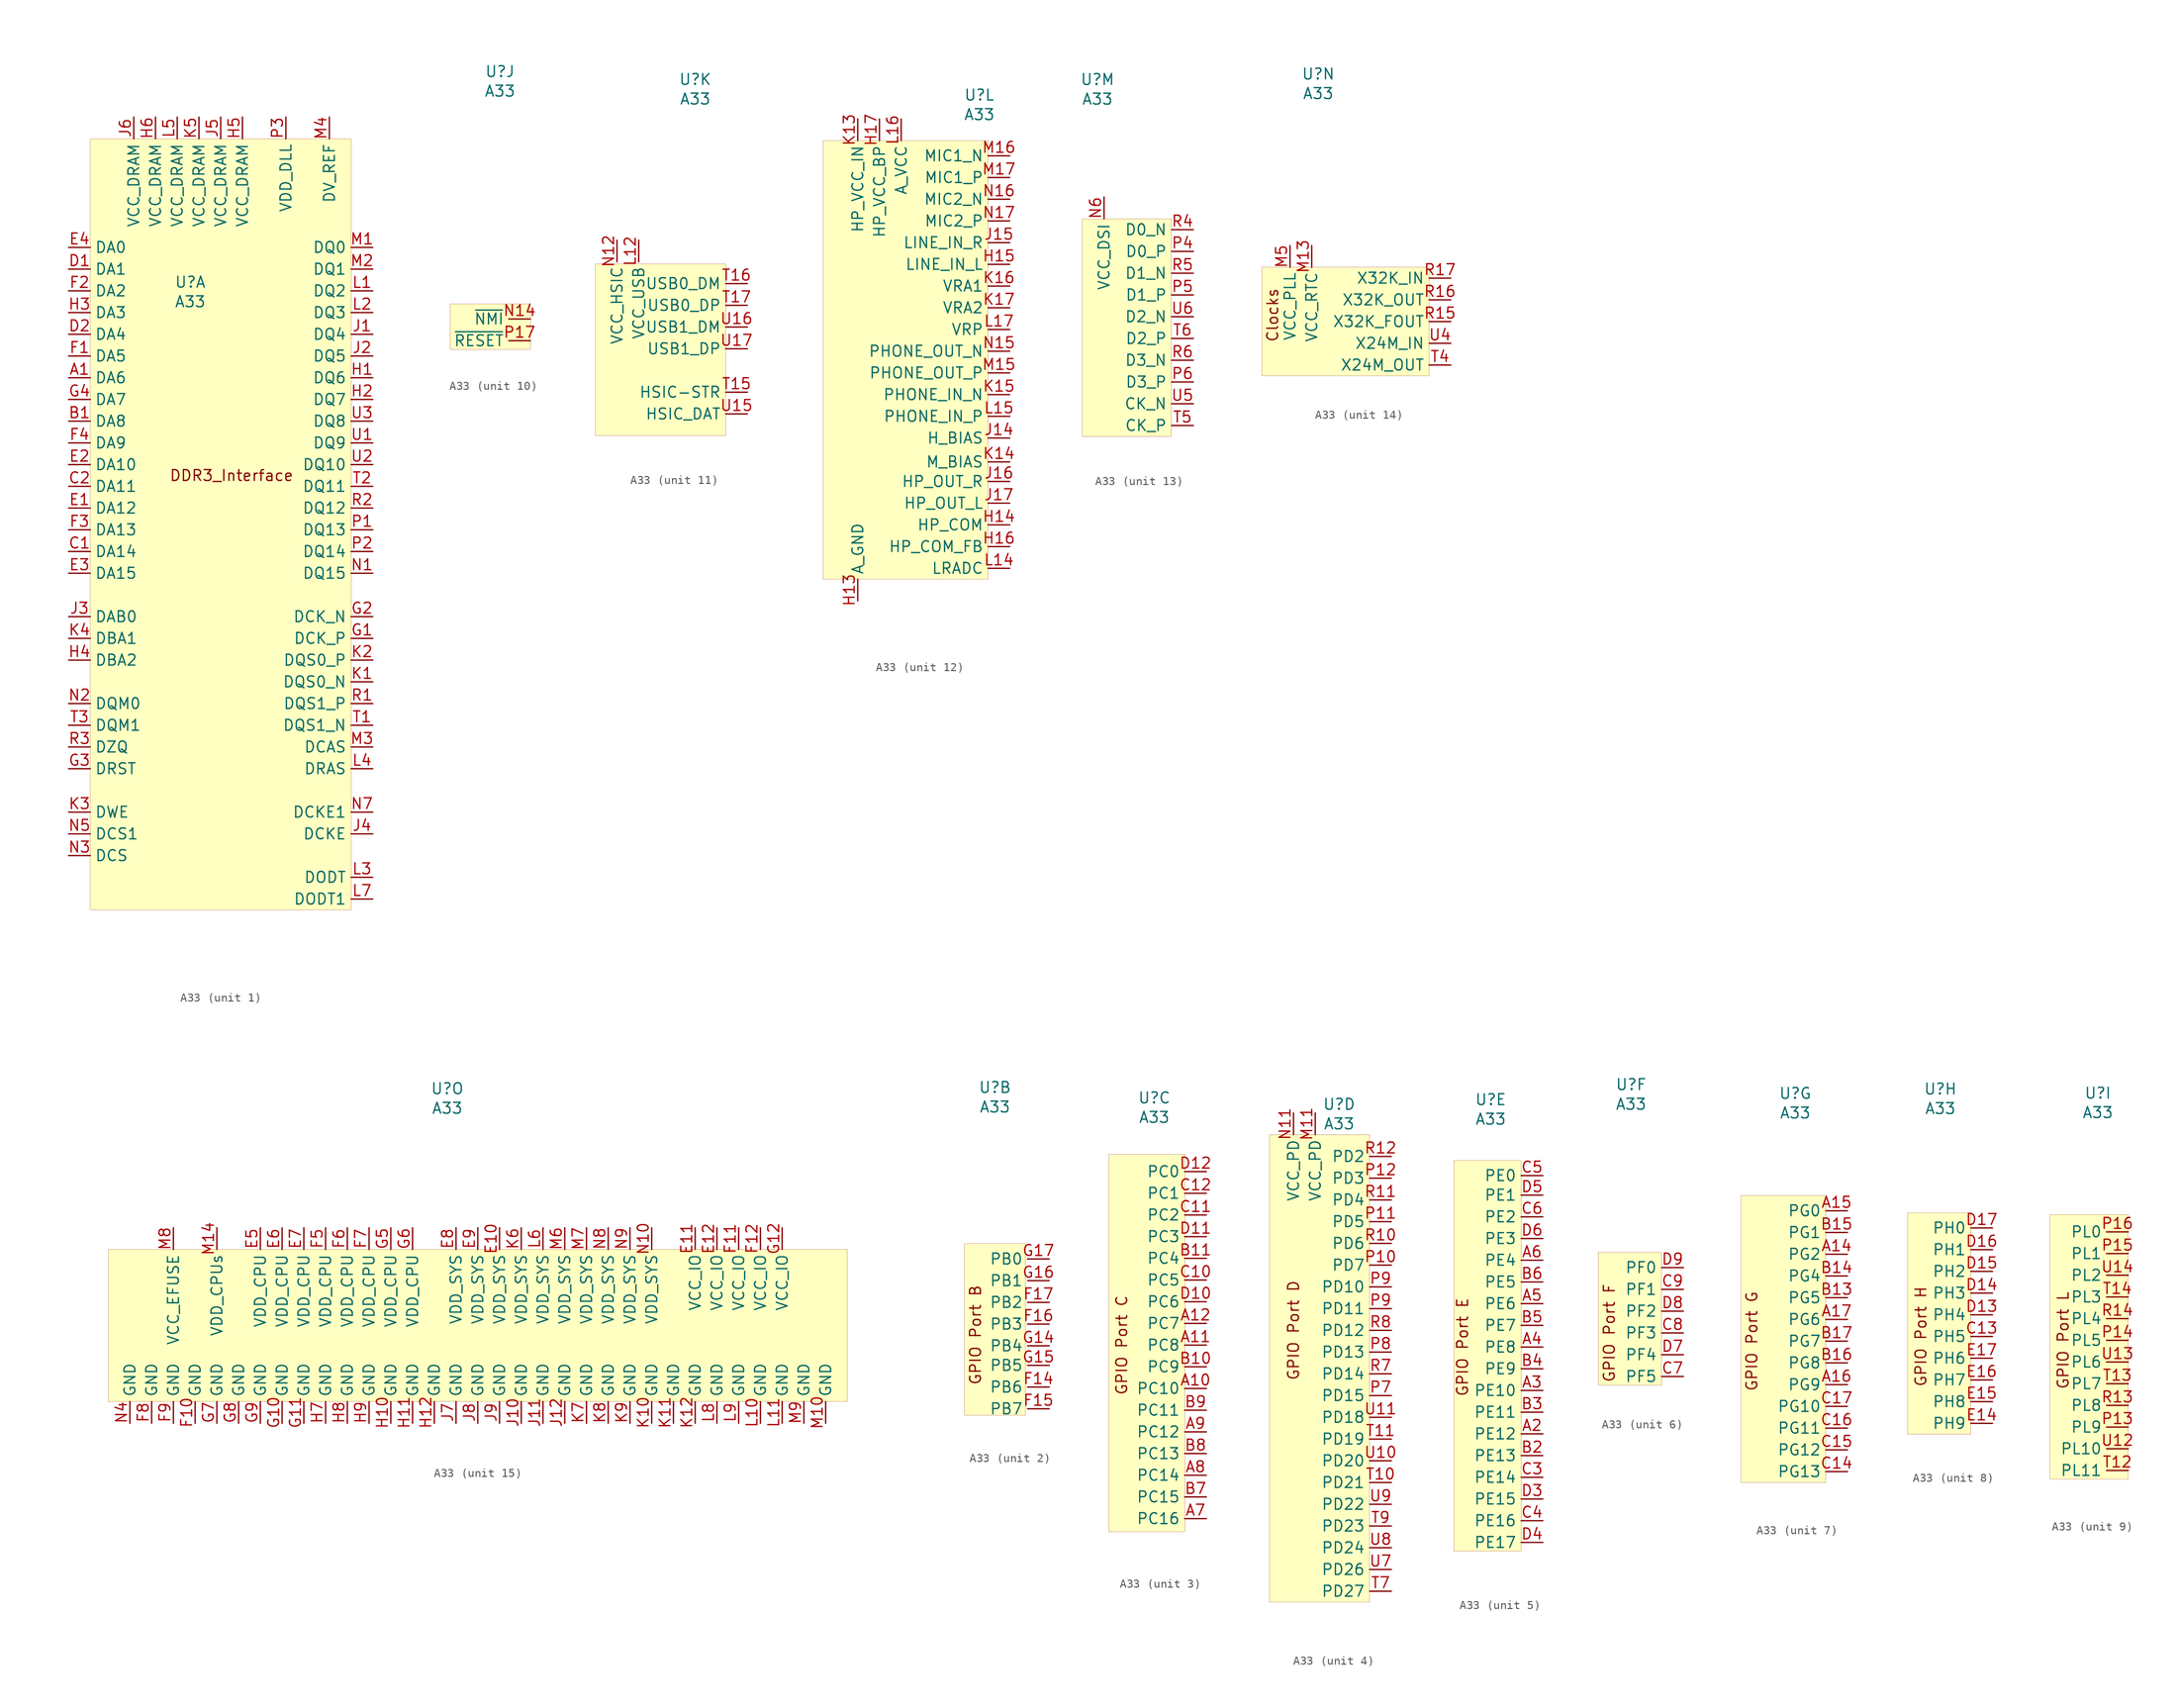
<source format=kicad_sym>
(kicad_symbol_lib
  (version 20210619)
  (generator kicad_symbol_editor)
  (symbol "Maxted Libs:A33"
    (property "Reference" "U"
      (at -3.556 28.956 0)
      (effects (font (size 1.27 1.27))))
    (property "Value" "A33"
      (at -3.556 26.67 0)
      (effects (font (size 1.27 1.27))))
    (property "ki_locked" ""
      (at 0 0 0)
      (effects (font (size 1.27 1.27))))
    (symbol "A33_1_0"
      (text "DDR3_Interface" (at 1.27 6.35 0) (effects (font (size 1.27 1.27))))
      (pin output line (at -17.78 17.78 0) (length 2.54) (name "DA6" (effects (font (size 1.27 1.27)))) (number "A1" (effects (font (size 1.27 1.27)))))
      (pin output line (at -17.78 12.7 0) (length 2.54) (name "DA8" (effects (font (size 1.27 1.27)))) (number "B1" (effects (font (size 1.27 1.27)))))
      (pin output line (at -17.78 -2.54 0) (length 2.54) (name "DA14" (effects (font (size 1.27 1.27)))) (number "C1" (effects (font (size 1.27 1.27)))))
      (pin output line (at -17.78 5.08 0) (length 2.54) (name "DA11" (effects (font (size 1.27 1.27)))) (number "C2" (effects (font (size 1.27 1.27)))))
      (pin output line (at -17.78 30.48 0) (length 2.54) (name "DA1" (effects (font (size 1.27 1.27)))) (number "D1" (effects (font (size 1.27 1.27)))))
      (pin output line (at -17.78 22.86 0) (length 2.54) (name "DA4" (effects (font (size 1.27 1.27)))) (number "D2" (effects (font (size 1.27 1.27)))))
      (pin output line (at -17.78 2.54 0) (length 2.54) (name "DA12" (effects (font (size 1.27 1.27)))) (number "E1" (effects (font (size 1.27 1.27)))))
      (pin output line (at -17.78 7.62 0) (length 2.54) (name "DA10" (effects (font (size 1.27 1.27)))) (number "E2" (effects (font (size 1.27 1.27)))))
      (pin output line (at -17.78 -5.08 0) (length 2.54) (name "DA15" (effects (font (size 1.27 1.27)))) (number "E3" (effects (font (size 1.27 1.27)))))
      (pin output line (at -17.78 33.02 0) (length 2.54) (name "DA0" (effects (font (size 1.27 1.27)))) (number "E4" (effects (font (size 1.27 1.27)))))
      (pin output line (at -17.78 20.32 0) (length 2.54) (name "DA5" (effects (font (size 1.27 1.27)))) (number "F1" (effects (font (size 1.27 1.27)))))
      (pin output line (at -17.78 27.94 0) (length 2.54) (name "DA2" (effects (font (size 1.27 1.27)))) (number "F2" (effects (font (size 1.27 1.27)))))
      (pin output line (at -17.78 0 0) (length 2.54) (name "DA13" (effects (font (size 1.27 1.27)))) (number "F3" (effects (font (size 1.27 1.27)))))
      (pin output line (at -17.78 10.16 0) (length 2.54) (name "DA9" (effects (font (size 1.27 1.27)))) (number "F4" (effects (font (size 1.27 1.27)))))
      (pin output line (at 17.78 -12.7 180) (length 2.54) (name "DCK_P" (effects (font (size 1.27 1.27)))) (number "G1" (effects (font (size 1.27 1.27)))))
      (pin output line (at 17.78 -10.16 180) (length 2.54) (name "DCK_N" (effects (font (size 1.27 1.27)))) (number "G2" (effects (font (size 1.27 1.27)))))
      (pin output line (at -17.78 -27.94 0) (length 2.54) (name "DRST" (effects (font (size 1.27 1.27)))) (number "G3" (effects (font (size 1.27 1.27)))))
      (pin output line (at -17.78 15.24 0) (length 2.54) (name "DA7" (effects (font (size 1.27 1.27)))) (number "G4" (effects (font (size 1.27 1.27)))))
      (pin bidirectional line (at 17.78 17.78 180) (length 2.54) (name "DQ6" (effects (font (size 1.27 1.27)))) (number "H1" (effects (font (size 1.27 1.27)))))
      (pin bidirectional line (at 17.78 15.24 180) (length 2.54) (name "DQ7" (effects (font (size 1.27 1.27)))) (number "H2" (effects (font (size 1.27 1.27)))))
      (pin output line (at -17.78 25.4 0) (length 2.54) (name "DA3" (effects (font (size 1.27 1.27)))) (number "H3" (effects (font (size 1.27 1.27)))))
      (pin output line (at -17.78 -15.24 0) (length 2.54) (name "DBA2" (effects (font (size 1.27 1.27)))) (number "H4" (effects (font (size 1.27 1.27)))))
      (pin power_in line (at 2.54 48.26 270) (length 2.54) (name "VCC_DRAM" (effects (font (size 1.27 1.27)))) (number "H5" (effects (font (size 1.27 1.27)))))
      (pin power_in line (at -7.62 48.26 270) (length 2.54) (name "VCC_DRAM" (effects (font (size 1.27 1.27)))) (number "H6" (effects (font (size 1.27 1.27)))))
      (pin bidirectional line (at 17.78 22.86 180) (length 2.54) (name "DQ4" (effects (font (size 1.27 1.27)))) (number "J1" (effects (font (size 1.27 1.27)))))
      (pin bidirectional line (at 17.78 20.32 180) (length 2.54) (name "DQ5" (effects (font (size 1.27 1.27)))) (number "J2" (effects (font (size 1.27 1.27)))))
      (pin output line (at -17.78 -10.16 0) (length 2.54) (name "DAB0" (effects (font (size 1.27 1.27)))) (number "J3" (effects (font (size 1.27 1.27)))))
      (pin output line (at 17.78 -35.56 180) (length 2.54) (name "DCKE" (effects (font (size 1.27 1.27)))) (number "J4" (effects (font (size 1.27 1.27)))))
      (pin power_in line (at 0 48.26 270) (length 2.54) (name "VCC_DRAM" (effects (font (size 1.27 1.27)))) (number "J5" (effects (font (size 1.27 1.27)))))
      (pin power_in line (at -10.16 48.26 270) (length 2.54) (name "VCC_DRAM" (effects (font (size 1.27 1.27)))) (number "J6" (effects (font (size 1.27 1.27)))))
      (pin bidirectional line (at 17.78 -17.78 180) (length 2.54) (name "DQS0_N" (effects (font (size 1.27 1.27)))) (number "K1" (effects (font (size 1.27 1.27)))))
      (pin bidirectional line (at 17.78 -15.24 180) (length 2.54) (name "DQS0_P" (effects (font (size 1.27 1.27)))) (number "K2" (effects (font (size 1.27 1.27)))))
      (pin bidirectional line (at -17.78 -33.02 0) (length 2.54) (name "DWE" (effects (font (size 1.27 1.27)))) (number "K3" (effects (font (size 1.27 1.27)))))
      (pin output line (at -17.78 -12.7 0) (length 2.54) (name "DBA1" (effects (font (size 1.27 1.27)))) (number "K4" (effects (font (size 1.27 1.27)))))
      (pin power_in line (at -2.54 48.26 270) (length 2.54) (name "VCC_DRAM" (effects (font (size 1.27 1.27)))) (number "K5" (effects (font (size 1.27 1.27)))))
      (pin bidirectional line (at 17.78 27.94 180) (length 2.54) (name "DQ2" (effects (font (size 1.27 1.27)))) (number "L1" (effects (font (size 1.27 1.27)))))
      (pin bidirectional line (at 17.78 25.4 180) (length 2.54) (name "DQ3" (effects (font (size 1.27 1.27)))) (number "L2" (effects (font (size 1.27 1.27)))))
      (pin output line (at 17.78 -40.64 180) (length 2.54) (name "DODT" (effects (font (size 1.27 1.27)))) (number "L3" (effects (font (size 1.27 1.27)))))
      (pin output line (at 17.78 -27.94 180) (length 2.54) (name "DRAS" (effects (font (size 1.27 1.27)))) (number "L4" (effects (font (size 1.27 1.27)))))
      (pin power_in line (at -5.08 48.26 270) (length 2.54) (name "VCC_DRAM" (effects (font (size 1.27 1.27)))) (number "L5" (effects (font (size 1.27 1.27)))))
      (pin output line (at 17.78 -43.18 180) (length 2.54) (name "DODT1" (effects (font (size 1.27 1.27)))) (number "L7" (effects (font (size 1.27 1.27)))))
      (pin bidirectional line (at 17.78 33.02 180) (length 2.54) (name "DQ0" (effects (font (size 1.27 1.27)))) (number "M1" (effects (font (size 1.27 1.27)))))
      (pin bidirectional line (at 17.78 30.48 180) (length 2.54) (name "DQ1" (effects (font (size 1.27 1.27)))) (number "M2" (effects (font (size 1.27 1.27)))))
      (pin output line (at 17.78 -25.4 180) (length 2.54) (name "DCAS" (effects (font (size 1.27 1.27)))) (number "M3" (effects (font (size 1.27 1.27)))))
      (pin power_in line (at 12.7 48.26 270) (length 2.54) (name "DV_REF" (effects (font (size 1.27 1.27)))) (number "M4" (effects (font (size 1.27 1.27)))))
      (pin bidirectional line (at 17.78 -5.08 180) (length 2.54) (name "DQ15" (effects (font (size 1.27 1.27)))) (number "N1" (effects (font (size 1.27 1.27)))))
      (pin output line (at -17.78 -20.32 0) (length 2.54) (name "DQM0" (effects (font (size 1.27 1.27)))) (number "N2" (effects (font (size 1.27 1.27)))))
      (pin output line (at -17.78 -38.1 0) (length 2.54) (name "DCS" (effects (font (size 1.27 1.27)))) (number "N3" (effects (font (size 1.27 1.27)))))
      (pin output line (at -17.78 -35.56 0) (length 2.54) (name "DCS1" (effects (font (size 1.27 1.27)))) (number "N5" (effects (font (size 1.27 1.27)))))
      (pin output line (at 17.78 -33.02 180) (length 2.54) (name "DCKE1" (effects (font (size 1.27 1.27)))) (number "N7" (effects (font (size 1.27 1.27)))))
      (pin bidirectional line (at 17.78 0 180) (length 2.54) (name "DQ13" (effects (font (size 1.27 1.27)))) (number "P1" (effects (font (size 1.27 1.27)))))
      (pin bidirectional line (at 17.78 -2.54 180) (length 2.54) (name "DQ14" (effects (font (size 1.27 1.27)))) (number "P2" (effects (font (size 1.27 1.27)))))
      (pin power_in line (at 7.62 48.26 270) (length 2.54) (name "VDD_DLL" (effects (font (size 1.27 1.27)))) (number "P3" (effects (font (size 1.27 1.27)))))
      (pin bidirectional line (at 17.78 -20.32 180) (length 2.54) (name "DQS1_P" (effects (font (size 1.27 1.27)))) (number "R1" (effects (font (size 1.27 1.27)))))
      (pin bidirectional line (at 17.78 2.54 180) (length 2.54) (name "DQ12" (effects (font (size 1.27 1.27)))) (number "R2" (effects (font (size 1.27 1.27)))))
      (pin bidirectional line (at -17.78 -25.4 0) (length 2.54) (name "DZQ" (effects (font (size 1.27 1.27)))) (number "R3" (effects (font (size 1.27 1.27)))))
      (pin bidirectional line (at 17.78 -22.86 180) (length 2.54) (name "DQS1_N" (effects (font (size 1.27 1.27)))) (number "T1" (effects (font (size 1.27 1.27)))))
      (pin bidirectional line (at 17.78 5.08 180) (length 2.54) (name "DQ11" (effects (font (size 1.27 1.27)))) (number "T2" (effects (font (size 1.27 1.27)))))
      (pin output line (at -17.78 -22.86 0) (length 2.54) (name "DQM1" (effects (font (size 1.27 1.27)))) (number "T3" (effects (font (size 1.27 1.27)))))
      (pin bidirectional line (at 17.78 10.16 180) (length 2.54) (name "DQ9" (effects (font (size 1.27 1.27)))) (number "U1" (effects (font (size 1.27 1.27)))))
      (pin bidirectional line (at 17.78 7.62 180) (length 2.54) (name "DQ10" (effects (font (size 1.27 1.27)))) (number "U2" (effects (font (size 1.27 1.27)))))
      (pin bidirectional line (at 17.78 12.7 180) (length 2.54) (name "DQ8" (effects (font (size 1.27 1.27)))) (number "U3" (effects (font (size 1.27 1.27))))))
    (symbol "A33_1_1"
      (rectangle (start -15.24 45.72) (end 15.24 -44.45) (stroke (width 0.001)) (fill (type background))))
    (symbol "A33_2_0"
      (text "GPIO Port B" (at -5.842 0 900) (effects (font (size 1.27 1.27))))
      (rectangle (start 0 10.668) (end -7.112 -9.398) (stroke (width 0.001)) (fill (type background)))
      (pin bidirectional line (at 2.794 -6.096 180) (length 2.54) (name "PB6" (effects (font (size 1.27 1.27)))) (number "F14" (effects (font (size 1.27 1.27)))))
      (pin bidirectional line (at 2.794 -8.636 180) (length 2.54) (name "PB7" (effects (font (size 1.27 1.27)))) (number "F15" (effects (font (size 1.27 1.27)))))
      (pin bidirectional line (at 2.794 1.27 180) (length 2.54) (name "PB3" (effects (font (size 1.27 1.27)))) (number "F16" (effects (font (size 1.27 1.27)))))
      (pin bidirectional line (at 2.794 3.81 180) (length 2.54) (name "PB2" (effects (font (size 1.27 1.27)))) (number "F17" (effects (font (size 1.27 1.27)))))
      (pin bidirectional line (at 2.794 -1.27 180) (length 2.54) (name "PB4" (effects (font (size 1.27 1.27)))) (number "G14" (effects (font (size 1.27 1.27)))))
      (pin bidirectional line (at 2.794 -3.556 180) (length 2.54) (name "PB5" (effects (font (size 1.27 1.27)))) (number "G15" (effects (font (size 1.27 1.27)))))
      (pin bidirectional line (at 2.794 6.35 180) (length 2.54) (name "PB1" (effects (font (size 1.27 1.27)))) (number "G16" (effects (font (size 1.27 1.27)))))
      (pin bidirectional line (at 2.794 8.89 180) (length 2.54) (name "PB0" (effects (font (size 1.27 1.27)))) (number "G17" (effects (font (size 1.27 1.27))))))
    (symbol "A33_3_0"
      (text "GPIO Port C" (at -7.366 0 900) (effects (font (size 1.27 1.27))))
      (rectangle (start 0 22.352) (end -8.89 -21.844) (stroke (width 0.001)) (fill (type background)))
      (pin bidirectional line (at 2.54 -5.08 180) (length 2.54) (name "PC10" (effects (font (size 1.27 1.27)))) (number "A10" (effects (font (size 1.27 1.27)))))
      (pin bidirectional line (at 2.54 0 180) (length 2.54) (name "PC8" (effects (font (size 1.27 1.27)))) (number "A11" (effects (font (size 1.27 1.27)))))
      (pin bidirectional line (at 2.54 2.54 180) (length 2.54) (name "PC7" (effects (font (size 1.27 1.27)))) (number "A12" (effects (font (size 1.27 1.27)))))
      (pin bidirectional line (at 2.54 -20.32 180) (length 2.54) (name "PC16" (effects (font (size 1.27 1.27)))) (number "A7" (effects (font (size 1.27 1.27)))))
      (pin bidirectional line (at 2.54 -15.24 180) (length 2.54) (name "PC14" (effects (font (size 1.27 1.27)))) (number "A8" (effects (font (size 1.27 1.27)))))
      (pin bidirectional line (at 2.54 -10.16 180) (length 2.54) (name "PC12" (effects (font (size 1.27 1.27)))) (number "A9" (effects (font (size 1.27 1.27)))))
      (pin bidirectional line (at 2.54 -2.54 180) (length 2.54) (name "PC9" (effects (font (size 1.27 1.27)))) (number "B10" (effects (font (size 1.27 1.27)))))
      (pin bidirectional line (at 2.54 10.16 180) (length 2.54) (name "PC4" (effects (font (size 1.27 1.27)))) (number "B11" (effects (font (size 1.27 1.27)))))
      (pin bidirectional line (at 2.54 -17.78 180) (length 2.54) (name "PC15" (effects (font (size 1.27 1.27)))) (number "B7" (effects (font (size 1.27 1.27)))))
      (pin bidirectional line (at 2.54 -12.7 180) (length 2.54) (name "PC13" (effects (font (size 1.27 1.27)))) (number "B8" (effects (font (size 1.27 1.27)))))
      (pin bidirectional line (at 2.54 -7.62 180) (length 2.54) (name "PC11" (effects (font (size 1.27 1.27)))) (number "B9" (effects (font (size 1.27 1.27)))))
      (pin bidirectional line (at 2.54 7.62 180) (length 2.54) (name "PC5" (effects (font (size 1.27 1.27)))) (number "C10" (effects (font (size 1.27 1.27)))))
      (pin bidirectional line (at 2.54 15.24 180) (length 2.54) (name "PC2" (effects (font (size 1.27 1.27)))) (number "C11" (effects (font (size 1.27 1.27)))))
      (pin bidirectional line (at 2.54 17.78 180) (length 2.54) (name "PC1" (effects (font (size 1.27 1.27)))) (number "C12" (effects (font (size 1.27 1.27)))))
      (pin bidirectional line (at 2.54 5.08 180) (length 2.54) (name "PC6" (effects (font (size 1.27 1.27)))) (number "D10" (effects (font (size 1.27 1.27)))))
      (pin bidirectional line (at 2.54 12.7 180) (length 2.54) (name "PC3" (effects (font (size 1.27 1.27)))) (number "D11" (effects (font (size 1.27 1.27)))))
      (pin bidirectional line (at 2.54 20.32 180) (length 2.54) (name "PC0" (effects (font (size 1.27 1.27)))) (number "D12" (effects (font (size 1.27 1.27))))))
    (symbol "A33_4_0"
      (text "GPIO Port D" (at -8.89 2.54 900) (effects (font (size 1.27 1.27))))
      (rectangle (start -11.684 25.4) (end 0 -29.21) (stroke (width 0.001)) (fill (type background)))
      (pin power_in line (at -6.35 27.94 270) (length 2.54) (name "VCC_PD" (effects (font (size 1.27 1.27)))) (number "M11" (effects (font (size 1.27 1.27)))))
      (pin power_in line (at -8.89 27.94 270) (length 2.54) (name "VCC_PD" (effects (font (size 1.27 1.27)))) (number "N11" (effects (font (size 1.27 1.27)))))
      (pin bidirectional line (at 2.54 10.16 180) (length 2.54) (name "PD7" (effects (font (size 1.27 1.27)))) (number "P10" (effects (font (size 1.27 1.27)))))
      (pin bidirectional line (at 2.54 15.24 180) (length 2.54) (name "PD5" (effects (font (size 1.27 1.27)))) (number "P11" (effects (font (size 1.27 1.27)))))
      (pin bidirectional line (at 2.54 20.32 180) (length 2.54) (name "PD3" (effects (font (size 1.27 1.27)))) (number "P12" (effects (font (size 1.27 1.27)))))
      (pin bidirectional line (at 2.54 -5.08 180) (length 2.54) (name "PD15" (effects (font (size 1.27 1.27)))) (number "P7" (effects (font (size 1.27 1.27)))))
      (pin bidirectional line (at 2.54 0 180) (length 2.54) (name "PD13" (effects (font (size 1.27 1.27)))) (number "P8" (effects (font (size 1.27 1.27)))))
      (pin bidirectional line (at 2.54 7.62 180) (length 2.54) (name "PD10" (effects (font (size 1.27 1.27)))) (number "P9" (effects (font (size 1.27 1.27)))))
      (pin bidirectional line (at 2.54 5.08 180) (length 2.54) (name "PD11" (effects (font (size 1.27 1.27)))) (number "P9" (effects (font (size 1.27 1.27)))))
      (pin bidirectional line (at 2.54 12.7 180) (length 2.54) (name "PD6" (effects (font (size 1.27 1.27)))) (number "R10" (effects (font (size 1.27 1.27)))))
      (pin bidirectional line (at 2.54 17.78 180) (length 2.54) (name "PD4" (effects (font (size 1.27 1.27)))) (number "R11" (effects (font (size 1.27 1.27)))))
      (pin bidirectional line (at 2.54 22.86 180) (length 2.54) (name "PD2" (effects (font (size 1.27 1.27)))) (number "R12" (effects (font (size 1.27 1.27)))))
      (pin bidirectional line (at 2.54 -2.54 180) (length 2.54) (name "PD14" (effects (font (size 1.27 1.27)))) (number "R7" (effects (font (size 1.27 1.27)))))
      (pin bidirectional line (at 2.54 2.54 180) (length 2.54) (name "PD12" (effects (font (size 1.27 1.27)))) (number "R8" (effects (font (size 1.27 1.27)))))
      (pin bidirectional line (at 2.54 -15.24 180) (length 2.54) (name "PD21" (effects (font (size 1.27 1.27)))) (number "T10" (effects (font (size 1.27 1.27)))))
      (pin bidirectional line (at 2.54 -10.16 180) (length 2.54) (name "PD19" (effects (font (size 1.27 1.27)))) (number "T11" (effects (font (size 1.27 1.27)))))
      (pin bidirectional line (at 2.54 -27.94 180) (length 2.54) (name "PD27" (effects (font (size 1.27 1.27)))) (number "T7" (effects (font (size 1.27 1.27)))))
      (pin bidirectional line (at 2.54 -20.32 180) (length 2.54) (name "PD23" (effects (font (size 1.27 1.27)))) (number "T9" (effects (font (size 1.27 1.27)))))
      (pin bidirectional line (at 2.54 -12.7 180) (length 2.54) (name "PD20" (effects (font (size 1.27 1.27)))) (number "U10" (effects (font (size 1.27 1.27)))))
      (pin bidirectional line (at 2.54 -7.62 180) (length 2.54) (name "PD18" (effects (font (size 1.27 1.27)))) (number "U11" (effects (font (size 1.27 1.27)))))
      (pin bidirectional line (at 2.54 -25.4 180) (length 2.54) (name "PD26" (effects (font (size 1.27 1.27)))) (number "U7" (effects (font (size 1.27 1.27)))))
      (pin bidirectional line (at 2.54 -22.86 180) (length 2.54) (name "PD24" (effects (font (size 1.27 1.27)))) (number "U8" (effects (font (size 1.27 1.27)))))
      (pin bidirectional line (at 2.54 -17.78 180) (length 2.54) (name "PD22" (effects (font (size 1.27 1.27)))) (number "U9" (effects (font (size 1.27 1.27))))))
    (symbol "A33_5_0"
      (text "GPIO Port E" (at -6.858 0 900) (effects (font (size 1.27 1.27))))
      (rectangle (start -7.874 21.844) (end 0 -23.876) (stroke (width 0.001)) (fill (type background)))
      (pin bidirectional line (at 2.54 -10.16 180) (length 2.54) (name "PE12" (effects (font (size 1.27 1.27)))) (number "A2" (effects (font (size 1.27 1.27)))))
      (pin bidirectional line (at 2.54 -5.08 180) (length 2.54) (name "PE10" (effects (font (size 1.27 1.27)))) (number "A3" (effects (font (size 1.27 1.27)))))
      (pin bidirectional line (at 2.54 0 180) (length 2.54) (name "PE8" (effects (font (size 1.27 1.27)))) (number "A4" (effects (font (size 1.27 1.27)))))
      (pin bidirectional line (at 2.54 5.08 180) (length 2.54) (name "PE6" (effects (font (size 1.27 1.27)))) (number "A5" (effects (font (size 1.27 1.27)))))
      (pin bidirectional line (at 2.54 10.16 180) (length 2.54) (name "PE4" (effects (font (size 1.27 1.27)))) (number "A6" (effects (font (size 1.27 1.27)))))
      (pin bidirectional line (at 2.54 -12.7 180) (length 2.54) (name "PE13" (effects (font (size 1.27 1.27)))) (number "B2" (effects (font (size 1.27 1.27)))))
      (pin bidirectional line (at 2.54 -7.62 180) (length 2.54) (name "PE11" (effects (font (size 1.27 1.27)))) (number "B3" (effects (font (size 1.27 1.27)))))
      (pin bidirectional line (at 2.54 -2.54 180) (length 2.54) (name "PE9" (effects (font (size 1.27 1.27)))) (number "B4" (effects (font (size 1.27 1.27)))))
      (pin bidirectional line (at 2.54 2.54 180) (length 2.54) (name "PE7" (effects (font (size 1.27 1.27)))) (number "B5" (effects (font (size 1.27 1.27)))))
      (pin bidirectional line (at 2.54 7.62 180) (length 2.54) (name "PE5" (effects (font (size 1.27 1.27)))) (number "B6" (effects (font (size 1.27 1.27)))))
      (pin bidirectional line (at 2.54 -15.24 180) (length 2.54) (name "PE14" (effects (font (size 1.27 1.27)))) (number "C3" (effects (font (size 1.27 1.27)))))
      (pin bidirectional line (at 2.54 -20.32 180) (length 2.54) (name "PE16" (effects (font (size 1.27 1.27)))) (number "C4" (effects (font (size 1.27 1.27)))))
      (pin bidirectional line (at 2.54 20.066 180) (length 2.54) (name "PE0" (effects (font (size 1.27 1.27)))) (number "C5" (effects (font (size 1.27 1.27)))))
      (pin bidirectional line (at 2.54 15.24 180) (length 2.54) (name "PE2" (effects (font (size 1.27 1.27)))) (number "C6" (effects (font (size 1.27 1.27)))))
      (pin bidirectional line (at 2.54 -17.78 180) (length 2.54) (name "PE15" (effects (font (size 1.27 1.27)))) (number "D3" (effects (font (size 1.27 1.27)))))
      (pin bidirectional line (at 2.54 -22.86 180) (length 2.54) (name "PE17" (effects (font (size 1.27 1.27)))) (number "D4" (effects (font (size 1.27 1.27)))))
      (pin bidirectional line (at 2.54 17.78 180) (length 2.54) (name "PE1" (effects (font (size 1.27 1.27)))) (number "D5" (effects (font (size 1.27 1.27)))))
      (pin bidirectional line (at 2.54 12.7 180) (length 2.54) (name "PE3" (effects (font (size 1.27 1.27)))) (number "D6" (effects (font (size 1.27 1.27))))))
    (symbol "A33_6_0"
      (text "GPIO Port F" (at -6.096 0 900) (effects (font (size 1.27 1.27))))
      (rectangle (start 0 9.398) (end -7.366 -6.096) (stroke (width 0.001)) (fill (type background)))
      (pin bidirectional line (at 2.54 -5.08 180) (length 2.54) (name "PF5" (effects (font (size 1.27 1.27)))) (number "C7" (effects (font (size 1.27 1.27)))))
      (pin bidirectional line (at 2.54 0 180) (length 2.54) (name "PF3" (effects (font (size 1.27 1.27)))) (number "C8" (effects (font (size 1.27 1.27)))))
      (pin bidirectional line (at 2.54 5.08 180) (length 2.54) (name "PF1" (effects (font (size 1.27 1.27)))) (number "C9" (effects (font (size 1.27 1.27)))))
      (pin bidirectional line (at 2.54 -2.54 180) (length 2.54) (name "PF4" (effects (font (size 1.27 1.27)))) (number "D7" (effects (font (size 1.27 1.27)))))
      (pin bidirectional line (at 2.54 2.54 180) (length 2.54) (name "PF2" (effects (font (size 1.27 1.27)))) (number "D8" (effects (font (size 1.27 1.27)))))
      (pin bidirectional line (at 2.54 7.62 180) (length 2.54) (name "PF0" (effects (font (size 1.27 1.27)))) (number "D9" (effects (font (size 1.27 1.27))))))
    (symbol "A33_7_0"
      (text "GPIO Port G" (at -8.636 0 900) (effects (font (size 1.27 1.27))))
      (rectangle (start -9.906 17.018) (end 0 -16.51) (stroke (width 0.001)) (fill (type background)))
      (pin bidirectional line (at 2.54 10.16 180) (length 2.54) (name "PG2" (effects (font (size 1.27 1.27)))) (number "A14" (effects (font (size 1.27 1.27)))))
      (pin bidirectional line (at 2.54 15.24 180) (length 2.54) (name "PG0" (effects (font (size 1.27 1.27)))) (number "A15" (effects (font (size 1.27 1.27)))))
      (pin bidirectional line (at 2.54 -5.08 180) (length 2.54) (name "PG9" (effects (font (size 1.27 1.27)))) (number "A16" (effects (font (size 1.27 1.27)))))
      (pin bidirectional line (at 2.54 2.54 180) (length 2.54) (name "PG6" (effects (font (size 1.27 1.27)))) (number "A17" (effects (font (size 1.27 1.27)))))
      (pin bidirectional line (at 2.54 5.08 180) (length 2.54) (name "PG5" (effects (font (size 1.27 1.27)))) (number "B13" (effects (font (size 1.27 1.27)))))
      (pin bidirectional line (at 2.54 7.62 180) (length 2.54) (name "PG4" (effects (font (size 1.27 1.27)))) (number "B14" (effects (font (size 1.27 1.27)))))
      (pin bidirectional line (at 2.54 12.7 180) (length 2.54) (name "PG1" (effects (font (size 1.27 1.27)))) (number "B15" (effects (font (size 1.27 1.27)))))
      (pin bidirectional line (at 2.54 -2.54 180) (length 2.54) (name "PG8" (effects (font (size 1.27 1.27)))) (number "B16" (effects (font (size 1.27 1.27)))))
      (pin bidirectional line (at 2.54 0 180) (length 2.54) (name "PG7" (effects (font (size 1.27 1.27)))) (number "B17" (effects (font (size 1.27 1.27)))))
      (pin bidirectional line (at 2.54 -15.24 180) (length 2.54) (name "PG13" (effects (font (size 1.27 1.27)))) (number "C14" (effects (font (size 1.27 1.27)))))
      (pin bidirectional line (at 2.54 -12.7 180) (length 2.54) (name "PG12" (effects (font (size 1.27 1.27)))) (number "C15" (effects (font (size 1.27 1.27)))))
      (pin bidirectional line (at 2.54 -10.16 180) (length 2.54) (name "PG11" (effects (font (size 1.27 1.27)))) (number "C16" (effects (font (size 1.27 1.27)))))
      (pin bidirectional line (at 2.54 -7.62 180) (length 2.54) (name "PG10" (effects (font (size 1.27 1.27)))) (number "C17" (effects (font (size 1.27 1.27))))))
    (symbol "A33_8_0"
      (text "GPIO Port H" (at -5.842 0 900) (effects (font (size 1.27 1.27))))
      (rectangle (start 0 14.478) (end -7.366 -11.43) (stroke (width 0.001)) (fill (type background)))
      (pin bidirectional line (at 2.54 0 180) (length 2.54) (name "PH5" (effects (font (size 1.27 1.27)))) (number "C13" (effects (font (size 1.27 1.27)))))
      (pin bidirectional line (at 2.54 2.54 180) (length 2.54) (name "PH4" (effects (font (size 1.27 1.27)))) (number "D13" (effects (font (size 1.27 1.27)))))
      (pin bidirectional line (at 2.54 5.08 180) (length 2.54) (name "PH3" (effects (font (size 1.27 1.27)))) (number "D14" (effects (font (size 1.27 1.27)))))
      (pin bidirectional line (at 2.54 7.62 180) (length 2.54) (name "PH2" (effects (font (size 1.27 1.27)))) (number "D15" (effects (font (size 1.27 1.27)))))
      (pin bidirectional line (at 2.54 10.16 180) (length 2.54) (name "PH1" (effects (font (size 1.27 1.27)))) (number "D16" (effects (font (size 1.27 1.27)))))
      (pin bidirectional line (at 2.54 12.7 180) (length 2.54) (name "PH0" (effects (font (size 1.27 1.27)))) (number "D17" (effects (font (size 1.27 1.27)))))
      (pin bidirectional line (at 2.54 -10.16 180) (length 2.54) (name "PH9" (effects (font (size 1.27 1.27)))) (number "E14" (effects (font (size 1.27 1.27)))))
      (pin bidirectional line (at 2.54 -7.62 180) (length 2.54) (name "PH8" (effects (font (size 1.27 1.27)))) (number "E15" (effects (font (size 1.27 1.27)))))
      (pin bidirectional line (at 2.54 -5.08 180) (length 2.54) (name "PH7" (effects (font (size 1.27 1.27)))) (number "E16" (effects (font (size 1.27 1.27)))))
      (pin bidirectional line (at 2.54 -2.54 180) (length 2.54) (name "PH6" (effects (font (size 1.27 1.27)))) (number "E17" (effects (font (size 1.27 1.27))))))
    (symbol "A33_9_0"
      (text "GPIO Port L" (at -7.62 0 900) (effects (font (size 1.27 1.27))))
      (rectangle (start -9.144 14.732) (end 0 -16.256) (stroke (width 0.001)) (fill (type background)))
      (pin bidirectional line (at 0 -10.16 180) (length 2.54) (name "PL9" (effects (font (size 1.27 1.27)))) (number "P13" (effects (font (size 1.27 1.27)))))
      (pin bidirectional line (at 0 0 180) (length 2.54) (name "PL5" (effects (font (size 1.27 1.27)))) (number "P14" (effects (font (size 1.27 1.27)))))
      (pin bidirectional line (at 0 10.16 180) (length 2.54) (name "PL1" (effects (font (size 1.27 1.27)))) (number "P15" (effects (font (size 1.27 1.27)))))
      (pin bidirectional line (at 0 12.7 180) (length 2.54) (name "PL0" (effects (font (size 1.27 1.27)))) (number "P16" (effects (font (size 1.27 1.27)))))
      (pin bidirectional line (at 0 -7.62 180) (length 2.54) (name "PL8" (effects (font (size 1.27 1.27)))) (number "R13" (effects (font (size 1.27 1.27)))))
      (pin bidirectional line (at 0 2.54 180) (length 2.54) (name "PL4" (effects (font (size 1.27 1.27)))) (number "R14" (effects (font (size 1.27 1.27)))))
      (pin bidirectional line (at 0 -15.24 180) (length 2.54) (name "PL11" (effects (font (size 1.27 1.27)))) (number "T12" (effects (font (size 1.27 1.27)))))
      (pin bidirectional line (at 0 -5.08 180) (length 2.54) (name "PL7" (effects (font (size 1.27 1.27)))) (number "T13" (effects (font (size 1.27 1.27)))))
      (pin bidirectional line (at 0 5.08 180) (length 2.54) (name "PL3" (effects (font (size 1.27 1.27)))) (number "T14" (effects (font (size 1.27 1.27)))))
      (pin bidirectional line (at 0 -12.7 180) (length 2.54) (name "PL10" (effects (font (size 1.27 1.27)))) (number "U12" (effects (font (size 1.27 1.27)))))
      (pin bidirectional line (at 0 -2.54 180) (length 2.54) (name "PL6" (effects (font (size 1.27 1.27)))) (number "U13" (effects (font (size 1.27 1.27)))))
      (pin bidirectional line (at 0 7.62 180) (length 2.54) (name "PL2" (effects (font (size 1.27 1.27)))) (number "U14" (effects (font (size 1.27 1.27))))))
    (symbol "A33_10_0"
      (rectangle (start 0 1.778) (end -9.398 -3.556) (stroke (width 0.001)) (fill (type background)))
      (pin input line (at 0 0 180) (length 2.54) (name "~{NMI}" (effects (font (size 1.27 1.27)))) (number "N14" (effects (font (size 1.27 1.27)))))
      (pin input line (at 0 -2.54 180) (length 2.54) (name "~{RESET}" (effects (font (size 1.27 1.27)))) (number "P17" (effects (font (size 1.27 1.27))))))
    (symbol "A33_11_0"
      (rectangle (start -15.24 7.366) (end 0 -12.7) (stroke (width 0.001)) (fill (type background)))
      (pin power_in line (at -10.16 10.16 270) (length 2.54) (name "VCC_USB" (effects (font (size 1.27 1.27)))) (number "L12" (effects (font (size 1.27 1.27)))))
      (pin bidirectional line (at 2.54 5.08 180) (length 2.54) (name "USB0_DM" (effects (font (size 1.27 1.27)))) (number "T16" (effects (font (size 1.27 1.27)))))
      (pin bidirectional line (at 2.54 2.54 180) (length 2.54) (name "USB0_DP" (effects (font (size 1.27 1.27)))) (number "T17" (effects (font (size 1.27 1.27)))))
      (pin bidirectional line (at 2.54 0 180) (length 2.54) (name "USB1_DM" (effects (font (size 1.27 1.27)))) (number "U16" (effects (font (size 1.27 1.27)))))
      (pin bidirectional line (at 2.54 -2.54 180) (length 2.54) (name "USB1_DP" (effects (font (size 1.27 1.27)))) (number "U17" (effects (font (size 1.27 1.27))))))
    (symbol "A33_11_1"
      (pin power_out line (at -12.7 10.16 270) (length 2.54) (name "VCC_HSIC" (effects (font (size 1.27 1.27)))) (number "N12" (effects (font (size 1.27 1.27)))))
      (pin bidirectional line (at 2.54 -7.62 180) (length 2.54) (name "HSIC-STR" (effects (font (size 1.27 1.27)))) (number "T15" (effects (font (size 1.27 1.27)))))
      (pin bidirectional line (at 2.54 -10.16 180) (length 2.54) (name "HSIC_DAT" (effects (font (size 1.27 1.27)))) (number "U15" (effects (font (size 1.27 1.27))))))
    (symbol "A33_12_1"
      (rectangle (start -21.844 23.622) (end -2.54 -27.686) (stroke (width 0.001)) (fill (type background)))
      (pin power_in line (at -17.78 -30.226 90) (length 2.54) (name "A_GND" (effects (font (size 1.27 1.27)))) (number "H13" (effects (font (size 1.27 1.27)))))
      (pin bidirectional line (at 0 -21.336 180) (length 2.54) (name "HP_COM" (effects (font (size 1.27 1.27)))) (number "H14" (effects (font (size 1.27 1.27)))))
      (pin bidirectional line (at 0 9.144 180) (length 2.54) (name "LINE_IN_L" (effects (font (size 1.27 1.27)))) (number "H15" (effects (font (size 1.27 1.27)))))
      (pin bidirectional line (at 0 -23.876 180) (length 2.54) (name "HP_COM_FB" (effects (font (size 1.27 1.27)))) (number "H16" (effects (font (size 1.27 1.27)))))
      (pin power_in line (at -15.24 26.162 270) (length 2.54) (name "HP_VCC_BP" (effects (font (size 1.27 1.27)))) (number "H17" (effects (font (size 1.27 1.27)))))
      (pin bidirectional line (at 0 -11.176 180) (length 2.54) (name "H_BIAS" (effects (font (size 1.27 1.27)))) (number "J14" (effects (font (size 1.27 1.27)))))
      (pin bidirectional line (at 0 11.684 180) (length 2.54) (name "LINE_IN_R" (effects (font (size 1.27 1.27)))) (number "J15" (effects (font (size 1.27 1.27)))))
      (pin bidirectional line (at 0 -16.256 180) (length 2.54) (name "HP_OUT_R" (effects (font (size 1.27 1.27)))) (number "J16" (effects (font (size 1.27 1.27)))))
      (pin bidirectional line (at 0 -18.796 180) (length 2.54) (name "HP_OUT_L" (effects (font (size 1.27 1.27)))) (number "J17" (effects (font (size 1.27 1.27)))))
      (pin power_in line (at -17.78 26.162 270) (length 2.54) (name "HP_VCC_IN" (effects (font (size 1.27 1.27)))) (number "K13" (effects (font (size 1.27 1.27)))))
      (pin bidirectional line (at 0 -13.97 180) (length 2.54) (name "M_BIAS" (effects (font (size 1.27 1.27)))) (number "K14" (effects (font (size 1.27 1.27)))))
      (pin bidirectional line (at 0 -6.096 180) (length 2.54) (name "PHONE_IN_N" (effects (font (size 1.27 1.27)))) (number "K15" (effects (font (size 1.27 1.27)))))
      (pin bidirectional line (at 0 6.604 180) (length 2.54) (name "VRA1" (effects (font (size 1.27 1.27)))) (number "K16" (effects (font (size 1.27 1.27)))))
      (pin bidirectional line (at 0 4.064 180) (length 2.54) (name "VRA2" (effects (font (size 1.27 1.27)))) (number "K17" (effects (font (size 1.27 1.27)))))
      (pin input line (at 0 -26.416 180) (length 2.54) (name "LRADC" (effects (font (size 1.27 1.27)))) (number "L14" (effects (font (size 1.27 1.27)))))
      (pin bidirectional line (at 0 -8.636 180) (length 2.54) (name "PHONE_IN_P" (effects (font (size 1.27 1.27)))) (number "L15" (effects (font (size 1.27 1.27)))))
      (pin power_in line (at -12.7 26.162 270) (length 2.54) (name "A_VCC" (effects (font (size 1.27 1.27)))) (number "L16" (effects (font (size 1.27 1.27)))))
      (pin bidirectional line (at 0 1.524 180) (length 2.54) (name "VRP" (effects (font (size 1.27 1.27)))) (number "L17" (effects (font (size 1.27 1.27)))))
      (pin bidirectional line (at 0 -3.556 180) (length 2.54) (name "PHONE_OUT_P" (effects (font (size 1.27 1.27)))) (number "M15" (effects (font (size 1.27 1.27)))))
      (pin bidirectional line (at 0 21.844 180) (length 2.54) (name "MIC1_N" (effects (font (size 1.27 1.27)))) (number "M16" (effects (font (size 1.27 1.27)))))
      (pin bidirectional line (at 0 19.304 180) (length 2.54) (name "MIC1_P" (effects (font (size 1.27 1.27)))) (number "M17" (effects (font (size 1.27 1.27)))))
      (pin bidirectional line (at 0 -1.016 180) (length 2.54) (name "PHONE_OUT_N" (effects (font (size 1.27 1.27)))) (number "N15" (effects (font (size 1.27 1.27)))))
      (pin bidirectional line (at 0 16.764 180) (length 2.54) (name "MIC2_N" (effects (font (size 1.27 1.27)))) (number "N16" (effects (font (size 1.27 1.27)))))
      (pin bidirectional line (at 0 14.224 180) (length 2.54) (name "MIC2_P" (effects (font (size 1.27 1.27)))) (number "N17" (effects (font (size 1.27 1.27))))))
    (symbol "A33_13_1"
      (rectangle (start -5.334 12.7) (end 5.08 -12.7) (stroke (width 0.001)) (fill (type background)))
      (pin power_in line (at -2.794 15.24 270) (length 2.54) (name "VCC_DSI" (effects (font (size 1.27 1.27)))) (number "N6" (effects (font (size 1.27 1.27)))))
      (pin bidirectional line (at 7.62 8.89 180) (length 2.54) (name "D0_P" (effects (font (size 1.27 1.27)))) (number "P4" (effects (font (size 1.27 1.27)))))
      (pin bidirectional line (at 7.62 3.81 180) (length 2.54) (name "D1_P" (effects (font (size 1.27 1.27)))) (number "P5" (effects (font (size 1.27 1.27)))))
      (pin bidirectional line (at 7.62 -6.35 180) (length 2.54) (name "D3_P" (effects (font (size 1.27 1.27)))) (number "P6" (effects (font (size 1.27 1.27)))))
      (pin bidirectional line (at 7.62 11.43 180) (length 2.54) (name "D0_N" (effects (font (size 1.27 1.27)))) (number "R4" (effects (font (size 1.27 1.27)))))
      (pin bidirectional line (at 7.62 6.35 180) (length 2.54) (name "D1_N" (effects (font (size 1.27 1.27)))) (number "R5" (effects (font (size 1.27 1.27)))))
      (pin bidirectional line (at 7.62 -3.81 180) (length 2.54) (name "D3_N" (effects (font (size 1.27 1.27)))) (number "R6" (effects (font (size 1.27 1.27)))))
      (pin bidirectional line (at 7.62 -11.43 180) (length 2.54) (name "CK_P" (effects (font (size 1.27 1.27)))) (number "T5" (effects (font (size 1.27 1.27)))))
      (pin bidirectional line (at 7.62 -1.27 180) (length 2.54) (name "D2_P" (effects (font (size 1.27 1.27)))) (number "T6" (effects (font (size 1.27 1.27)))))
      (pin bidirectional line (at 7.62 -8.89 180) (length 2.54) (name "CK_N" (effects (font (size 1.27 1.27)))) (number "U5" (effects (font (size 1.27 1.27)))))
      (pin bidirectional line (at 7.62 1.27 180) (length 2.54) (name "D2_N" (effects (font (size 1.27 1.27)))) (number "U6" (effects (font (size 1.27 1.27))))))
    (symbol "A33_14_0"
      (text "Clocks" (at -8.89 0.762 900) (effects (font (size 1.27 1.27))))
      (rectangle (start -10.16 6.35) (end 9.398 -6.35) (stroke (width 0.001)) (fill (type background))))
    (symbol "A33_14_1"
      (pin power_in line (at -4.318 8.89 270) (length 2.54) (name "VCC_RTC" (effects (font (size 1.27 1.27)))) (number "M13" (effects (font (size 1.27 1.27)))))
      (pin power_in line (at -6.858 8.89 270) (length 2.54) (name "VCC_PLL" (effects (font (size 1.27 1.27)))) (number "M5" (effects (font (size 1.27 1.27)))))
      (pin bidirectional line (at 11.938 0 180) (length 2.54) (name "X32K_FOUT" (effects (font (size 1.27 1.27)))) (number "R15" (effects (font (size 1.27 1.27)))))
      (pin bidirectional line (at 11.938 2.54 180) (length 2.54) (name "X32K_OUT" (effects (font (size 1.27 1.27)))) (number "R16" (effects (font (size 1.27 1.27)))))
      (pin bidirectional line (at 11.938 5.08 180) (length 2.54) (name "X32K_IN" (effects (font (size 1.27 1.27)))) (number "R17" (effects (font (size 1.27 1.27)))))
      (pin bidirectional line (at 11.938 -5.08 180) (length 2.54) (name "X24M_OUT" (effects (font (size 1.27 1.27)))) (number "T4" (effects (font (size 1.27 1.27)))))
      (pin bidirectional line (at 11.938 -2.54 180) (length 2.54) (name "X24M_IN" (effects (font (size 1.27 1.27)))) (number "U4" (effects (font (size 1.27 1.27))))))
    (symbol "A33_15_0"
      (rectangle (start -43.18 10.16) (end 43.18 -7.62) (stroke (width 0.001)) (fill (type background))))
    (symbol "A33_15_1"
      (pin power_in line (at 2.54 12.7 270) (length 2.54) (name "VDD_SYS" (effects (font (size 1.27 1.27)))) (number "E10" (effects (font (size 1.27 1.27)))))
      (pin power_in line (at 25.4 12.7 270) (length 2.54) (name "VCC_IO" (effects (font (size 1.27 1.27)))) (number "E11" (effects (font (size 1.27 1.27)))))
      (pin power_in line (at 27.94 12.7 270) (length 2.54) (name "VCC_IO" (effects (font (size 1.27 1.27)))) (number "E12" (effects (font (size 1.27 1.27)))))
      (pin power_in line (at -25.4 12.7 270) (length 2.54) (name "VDD_CPU" (effects (font (size 1.27 1.27)))) (number "E5" (effects (font (size 1.27 1.27)))))
      (pin power_in line (at -22.86 12.7 270) (length 2.54) (name "VDD_CPU" (effects (font (size 1.27 1.27)))) (number "E6" (effects (font (size 1.27 1.27)))))
      (pin power_in line (at -20.32 12.7 270) (length 2.54) (name "VDD_CPU" (effects (font (size 1.27 1.27)))) (number "E7" (effects (font (size 1.27 1.27)))))
      (pin power_in line (at -2.54 12.7 270) (length 2.54) (name "VDD_SYS" (effects (font (size 1.27 1.27)))) (number "E8" (effects (font (size 1.27 1.27)))))
      (pin power_in line (at 0 12.7 270) (length 2.54) (name "VDD_SYS" (effects (font (size 1.27 1.27)))) (number "E9" (effects (font (size 1.27 1.27)))))
      (pin power_in line (at -33.02 -10.16 90) (length 2.54) (name "GND" (effects (font (size 1.27 1.27)))) (number "F10" (effects (font (size 1.27 1.27)))))
      (pin power_in line (at 30.48 12.7 270) (length 2.54) (name "VCC_IO" (effects (font (size 1.27 1.27)))) (number "F11" (effects (font (size 1.27 1.27)))))
      (pin power_in line (at 33.02 12.7 270) (length 2.54) (name "VCC_IO" (effects (font (size 1.27 1.27)))) (number "F12" (effects (font (size 1.27 1.27)))))
      (pin power_in line (at -17.78 12.7 270) (length 2.54) (name "VDD_CPU" (effects (font (size 1.27 1.27)))) (number "F5" (effects (font (size 1.27 1.27)))))
      (pin power_in line (at -15.24 12.7 270) (length 2.54) (name "VDD_CPU" (effects (font (size 1.27 1.27)))) (number "F6" (effects (font (size 1.27 1.27)))))
      (pin power_in line (at -12.7 12.7 270) (length 2.54) (name "VDD_CPU" (effects (font (size 1.27 1.27)))) (number "F7" (effects (font (size 1.27 1.27)))))
      (pin power_in line (at -38.1 -10.16 90) (length 2.54) (name "GND" (effects (font (size 1.27 1.27)))) (number "F8" (effects (font (size 1.27 1.27)))))
      (pin power_in line (at -35.56 -10.16 90) (length 2.54) (name "GND" (effects (font (size 1.27 1.27)))) (number "F9" (effects (font (size 1.27 1.27)))))
      (pin power_in line (at -22.86 -10.16 90) (length 2.54) (name "GND" (effects (font (size 1.27 1.27)))) (number "G10" (effects (font (size 1.27 1.27)))))
      (pin power_in line (at -20.32 -10.16 90) (length 2.54) (name "GND" (effects (font (size 1.27 1.27)))) (number "G11" (effects (font (size 1.27 1.27)))))
      (pin power_in line (at 35.56 12.7 270) (length 2.54) (name "VCC_IO" (effects (font (size 1.27 1.27)))) (number "G12" (effects (font (size 1.27 1.27)))))
      (pin power_in line (at -10.16 12.7 270) (length 2.54) (name "VDD_CPU" (effects (font (size 1.27 1.27)))) (number "G5" (effects (font (size 1.27 1.27)))))
      (pin power_in line (at -7.62 12.7 270) (length 2.54) (name "VDD_CPU" (effects (font (size 1.27 1.27)))) (number "G6" (effects (font (size 1.27 1.27)))))
      (pin power_in line (at -30.48 -10.16 90) (length 2.54) (name "GND" (effects (font (size 1.27 1.27)))) (number "G7" (effects (font (size 1.27 1.27)))))
      (pin power_in line (at -27.94 -10.16 90) (length 2.54) (name "GND" (effects (font (size 1.27 1.27)))) (number "G8" (effects (font (size 1.27 1.27)))))
      (pin power_in line (at -25.4 -10.16 90) (length 2.54) (name "GND" (effects (font (size 1.27 1.27)))) (number "G9" (effects (font (size 1.27 1.27)))))
      (pin power_in line (at -10.16 -10.16 90) (length 2.54) (name "GND" (effects (font (size 1.27 1.27)))) (number "H10" (effects (font (size 1.27 1.27)))))
      (pin power_in line (at -7.62 -10.16 90) (length 2.54) (name "GND" (effects (font (size 1.27 1.27)))) (number "H11" (effects (font (size 1.27 1.27)))))
      (pin power_in line (at -5.08 -10.16 90) (length 2.54) (name "GND" (effects (font (size 1.27 1.27)))) (number "H12" (effects (font (size 1.27 1.27)))))
      (pin power_in line (at -17.78 -10.16 90) (length 2.54) (name "GND" (effects (font (size 1.27 1.27)))) (number "H7" (effects (font (size 1.27 1.27)))))
      (pin power_in line (at -15.24 -10.16 90) (length 2.54) (name "GND" (effects (font (size 1.27 1.27)))) (number "H8" (effects (font (size 1.27 1.27)))))
      (pin power_in line (at -12.7 -10.16 90) (length 2.54) (name "GND" (effects (font (size 1.27 1.27)))) (number "H9" (effects (font (size 1.27 1.27)))))
      (pin power_in line (at 5.08 -10.16 90) (length 2.54) (name "GND" (effects (font (size 1.27 1.27)))) (number "J10" (effects (font (size 1.27 1.27)))))
      (pin power_in line (at 7.62 -10.16 90) (length 2.54) (name "GND" (effects (font (size 1.27 1.27)))) (number "J11" (effects (font (size 1.27 1.27)))))
      (pin power_in line (at 10.16 -10.16 90) (length 2.54) (name "GND" (effects (font (size 1.27 1.27)))) (number "J12" (effects (font (size 1.27 1.27)))))
      (pin power_in line (at -2.54 -10.16 90) (length 2.54) (name "GND" (effects (font (size 1.27 1.27)))) (number "J7" (effects (font (size 1.27 1.27)))))
      (pin power_in line (at 0 -10.16 90) (length 2.54) (name "GND" (effects (font (size 1.27 1.27)))) (number "J8" (effects (font (size 1.27 1.27)))))
      (pin power_in line (at 2.54 -10.16 90) (length 2.54) (name "GND" (effects (font (size 1.27 1.27)))) (number "J9" (effects (font (size 1.27 1.27)))))
      (pin power_in line (at 20.32 -10.16 90) (length 2.54) (name "GND" (effects (font (size 1.27 1.27)))) (number "K10" (effects (font (size 1.27 1.27)))))
      (pin power_in line (at 22.86 -10.16 90) (length 2.54) (name "GND" (effects (font (size 1.27 1.27)))) (number "K11" (effects (font (size 1.27 1.27)))))
      (pin power_in line (at 25.4 -10.16 90) (length 2.54) (name "GND" (effects (font (size 1.27 1.27)))) (number "K12" (effects (font (size 1.27 1.27)))))
      (pin power_in line (at 5.08 12.7 270) (length 2.54) (name "VDD_SYS" (effects (font (size 1.27 1.27)))) (number "K6" (effects (font (size 1.27 1.27)))))
      (pin power_in line (at 12.7 -10.16 90) (length 2.54) (name "GND" (effects (font (size 1.27 1.27)))) (number "K7" (effects (font (size 1.27 1.27)))))
      (pin power_in line (at 15.24 -10.16 90) (length 2.54) (name "GND" (effects (font (size 1.27 1.27)))) (number "K8" (effects (font (size 1.27 1.27)))))
      (pin power_in line (at 17.78 -10.16 90) (length 2.54) (name "GND" (effects (font (size 1.27 1.27)))) (number "K9" (effects (font (size 1.27 1.27)))))
      (pin power_in line (at 33.02 -10.16 90) (length 2.54) (name "GND" (effects (font (size 1.27 1.27)))) (number "L10" (effects (font (size 1.27 1.27)))))
      (pin power_in line (at 35.56 -10.16 90) (length 2.54) (name "GND" (effects (font (size 1.27 1.27)))) (number "L11" (effects (font (size 1.27 1.27)))))
      (pin power_in line (at 7.62 12.7 270) (length 2.54) (name "VDD_SYS" (effects (font (size 1.27 1.27)))) (number "L6" (effects (font (size 1.27 1.27)))))
      (pin power_in line (at 27.94 -10.16 90) (length 2.54) (name "GND" (effects (font (size 1.27 1.27)))) (number "L8" (effects (font (size 1.27 1.27)))))
      (pin power_in line (at 30.48 -10.16 90) (length 2.54) (name "GND" (effects (font (size 1.27 1.27)))) (number "L9" (effects (font (size 1.27 1.27)))))
      (pin power_in line (at 40.64 -10.16 90) (length 2.54) (name "GND" (effects (font (size 1.27 1.27)))) (number "M10" (effects (font (size 1.27 1.27)))))
      (pin power_in line (at -30.48 12.7 270) (length 2.54) (name "VDD_CPUs" (effects (font (size 1.27 1.27)))) (number "M14" (effects (font (size 1.27 1.27)))))
      (pin power_in line (at 10.16 12.7 270) (length 2.54) (name "VDD_SYS" (effects (font (size 1.27 1.27)))) (number "M6" (effects (font (size 1.27 1.27)))))
      (pin power_in line (at 12.7 12.7 270) (length 2.54) (name "VDD_SYS" (effects (font (size 1.27 1.27)))) (number "M7" (effects (font (size 1.27 1.27)))))
      (pin power_in line (at -35.56 12.7 270) (length 2.54) (name "VCC_EFUSE" (effects (font (size 1.27 1.27)))) (number "M8" (effects (font (size 1.27 1.27)))))
      (pin power_in line (at 38.1 -10.16 90) (length 2.54) (name "GND" (effects (font (size 1.27 1.27)))) (number "M9" (effects (font (size 1.27 1.27)))))
      (pin power_in line (at 20.32 12.7 270) (length 2.54) (name "VDD_SYS" (effects (font (size 1.27 1.27)))) (number "N10" (effects (font (size 1.27 1.27)))))
      (pin power_in line (at -40.64 -10.16 90) (length 2.54) (name "GND" (effects (font (size 1.27 1.27)))) (number "N4" (effects (font (size 1.27 1.27)))))
      (pin power_in line (at 15.24 12.7 270) (length 2.54) (name "VDD_SYS" (effects (font (size 1.27 1.27)))) (number "N8" (effects (font (size 1.27 1.27)))))
      (pin power_in line (at 17.78 12.7 270) (length 2.54) (name "VDD_SYS" (effects (font (size 1.27 1.27)))) (number "N9" (effects (font (size 1.27 1.27))))))))
</source>
